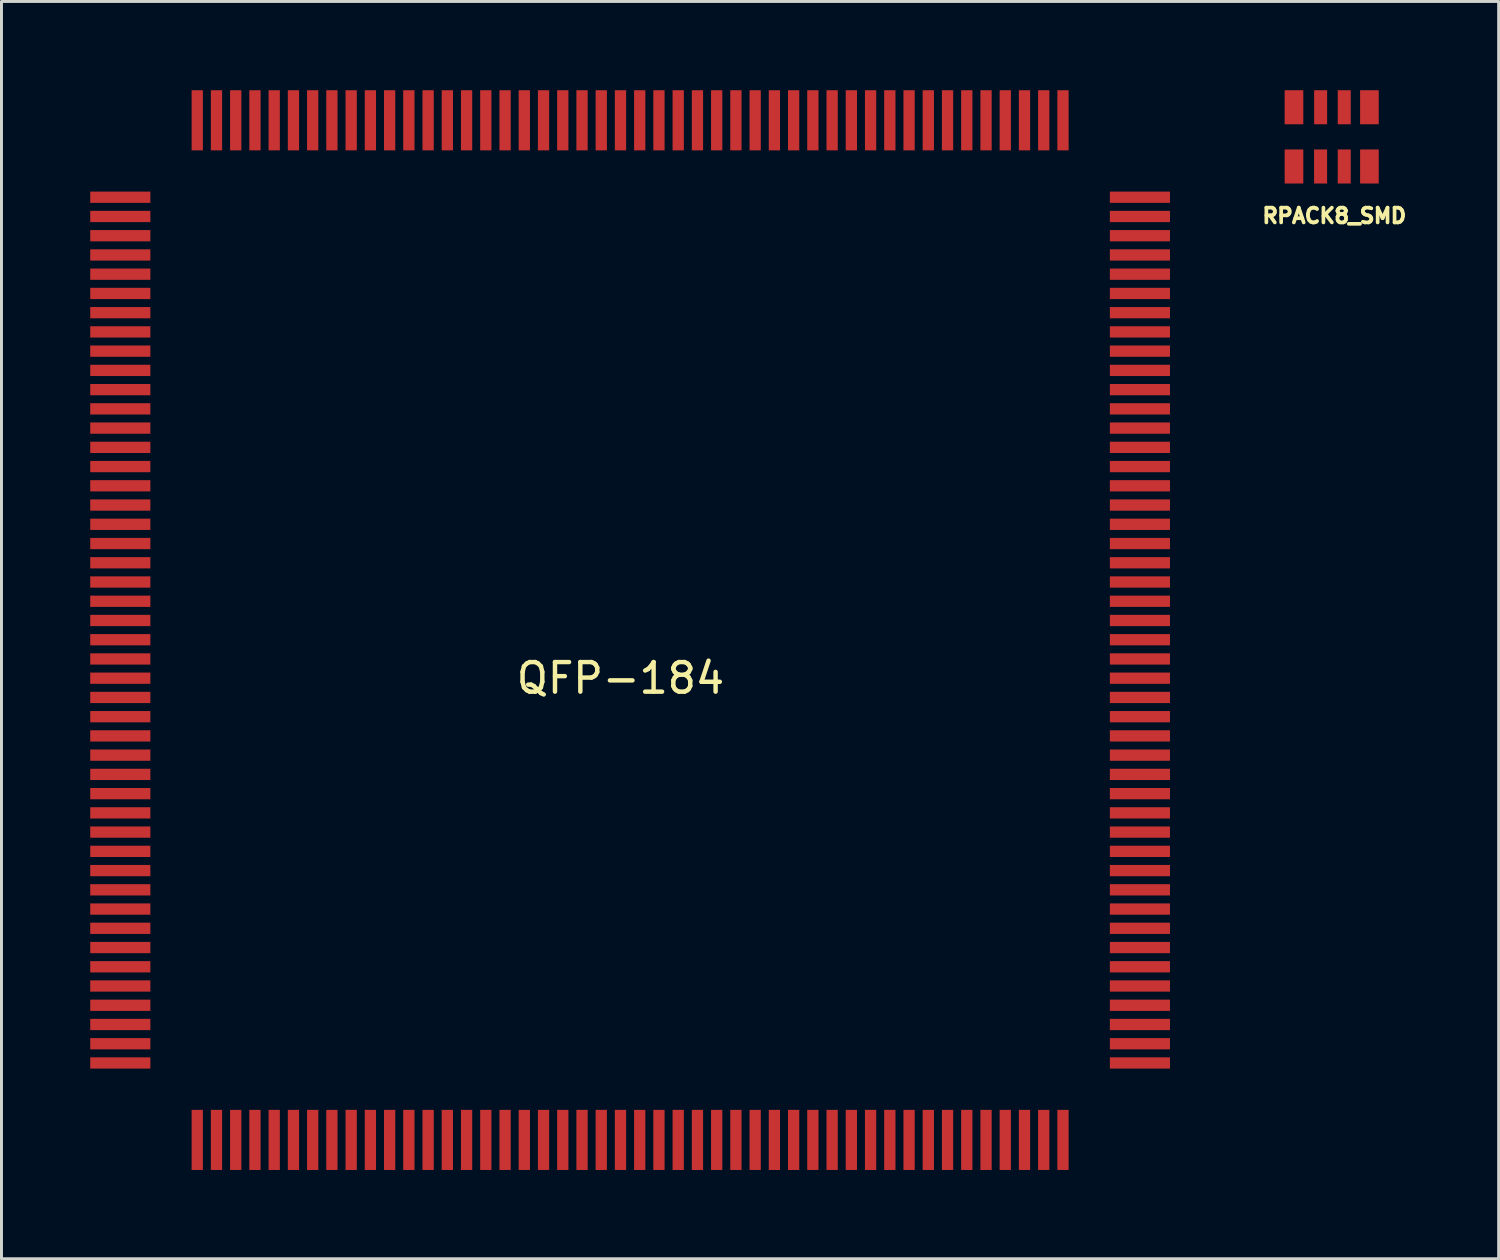
<source format=kicad_pcb>
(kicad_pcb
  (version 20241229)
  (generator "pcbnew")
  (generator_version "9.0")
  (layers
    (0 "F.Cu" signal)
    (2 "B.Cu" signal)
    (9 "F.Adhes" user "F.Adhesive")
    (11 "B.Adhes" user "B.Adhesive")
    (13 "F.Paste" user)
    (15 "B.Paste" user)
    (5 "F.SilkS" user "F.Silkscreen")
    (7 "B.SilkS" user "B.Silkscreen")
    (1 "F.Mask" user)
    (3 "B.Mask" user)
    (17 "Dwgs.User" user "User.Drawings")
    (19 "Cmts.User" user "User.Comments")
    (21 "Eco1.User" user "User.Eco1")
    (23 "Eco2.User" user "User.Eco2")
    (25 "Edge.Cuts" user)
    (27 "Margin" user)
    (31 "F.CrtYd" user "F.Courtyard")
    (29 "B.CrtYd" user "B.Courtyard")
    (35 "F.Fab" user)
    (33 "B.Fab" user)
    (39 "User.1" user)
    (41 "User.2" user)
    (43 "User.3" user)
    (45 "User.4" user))
  (footprint "QFP-184"
    (layer "F.Cu")
    (at 17.922 18.572)
    (property "Reference" "QFP-184" (at 0 1.3 0) (layer "F.SilkS") (effects (font (size 1 1) (thickness 0.15))))
    (attr through_hole)
    (pad "1" smd rect (at -14.305 16.906) (size 0.381 2.032) (layers "F.Cu" "F.Mask" "F.Paste"))
    (pad "2" smd rect (at -13.655 16.906) (size 0.381 2.032) (layers "F.Cu" "F.Mask" "F.Paste"))
    (pad "3" smd rect (at -13.005 16.906) (size 0.381 2.032) (layers "F.Cu" "F.Mask" "F.Paste"))
    (pad "4" smd rect (at -12.355 16.906) (size 0.381 2.032) (layers "F.Cu" "F.Mask" "F.Paste"))
    (pad "5" smd rect (at -11.704 16.906) (size 0.381 2.032) (layers "F.Cu" "F.Mask" "F.Paste"))
    (pad "6" smd rect (at -11.054 16.906) (size 0.381 2.032) (layers "F.Cu" "F.Mask" "F.Paste"))
    (pad "7" smd rect (at -10.404 16.906) (size 0.381 2.032) (layers "F.Cu" "F.Mask" "F.Paste"))
    (pad "8" smd rect (at -9.754 16.906) (size 0.381 2.032) (layers "F.Cu" "F.Mask" "F.Paste"))
    (pad "9" smd rect (at -9.103 16.906) (size 0.381 2.032) (layers "F.Cu" "F.Mask" "F.Paste"))
    (pad "10" smd rect (at -8.453 16.906) (size 0.381 2.032) (layers "F.Cu" "F.Mask" "F.Paste"))
    (pad "11" smd rect (at -7.803 16.906) (size 0.381 2.032) (layers "F.Cu" "F.Mask" "F.Paste"))
    (pad "12" smd rect (at -7.153 16.906) (size 0.381 2.032) (layers "F.Cu" "F.Mask" "F.Paste"))
    (pad "13" smd rect (at -6.502 16.906) (size 0.381 2.032) (layers "F.Cu" "F.Mask" "F.Paste"))
    (pad "14" smd rect (at -5.852 16.906) (size 0.381 2.032) (layers "F.Cu" "F.Mask" "F.Paste"))
    (pad "15" smd rect (at -5.202 16.906) (size 0.381 2.032) (layers "F.Cu" "F.Mask" "F.Paste"))
    (pad "16" smd rect (at -4.552 16.906) (size 0.381 2.032) (layers "F.Cu" "F.Mask" "F.Paste"))
    (pad "17" smd rect (at -3.901 16.906) (size 0.381 2.032) (layers "F.Cu" "F.Mask" "F.Paste"))
    (pad "18" smd rect (at -3.251 16.906) (size 0.381 2.032) (layers "F.Cu" "F.Mask" "F.Paste"))
    (pad "19" smd rect (at -2.601 16.906) (size 0.381 2.032) (layers "F.Cu" "F.Mask" "F.Paste"))
    (pad "20" smd rect (at -1.951 16.906) (size 0.381 2.032) (layers "F.Cu" "F.Mask" "F.Paste"))
    (pad "21" smd rect (at -1.3 16.906) (size 0.381 2.032) (layers "F.Cu" "F.Mask" "F.Paste"))
    (pad "22" smd rect (at -0.65 16.906) (size 0.381 2.032) (layers "F.Cu" "F.Mask" "F.Paste"))
    (pad "23" smd rect (at 0 16.906) (size 0.381 2.032) (layers "F.Cu" "F.Mask" "F.Paste"))
    (pad "24" smd rect (at 0.65 16.906) (size 0.381 2.032) (layers "F.Cu" "F.Mask" "F.Paste"))
    (pad "25" smd rect (at 1.3 16.906) (size 0.381 2.032) (layers "F.Cu" "F.Mask" "F.Paste"))
    (pad "26" smd rect (at 1.951 16.906) (size 0.381 2.032) (layers "F.Cu" "F.Mask" "F.Paste"))
    (pad "27" smd rect (at 2.601 16.906) (size 0.381 2.032) (layers "F.Cu" "F.Mask" "F.Paste"))
    (pad "28" smd rect (at 3.251 16.906) (size 0.381 2.032) (layers "F.Cu" "F.Mask" "F.Paste"))
    (pad "29" smd rect (at 3.901 16.906) (size 0.381 2.032) (layers "F.Cu" "F.Mask" "F.Paste"))
    (pad "30" smd rect (at 4.552 16.906) (size 0.381 2.032) (layers "F.Cu" "F.Mask" "F.Paste"))
    (pad "31" smd rect (at 5.202 16.906) (size 0.381 2.032) (layers "F.Cu" "F.Mask" "F.Paste"))
    (pad "32" smd rect (at 5.852 16.906) (size 0.381 2.032) (layers "F.Cu" "F.Mask" "F.Paste"))
    (pad "33" smd rect (at 6.502 16.906) (size 0.381 2.032) (layers "F.Cu" "F.Mask" "F.Paste"))
    (pad "34" smd rect (at 7.153 16.906) (size 0.381 2.032) (layers "F.Cu" "F.Mask" "F.Paste"))
    (pad "35" smd rect (at 7.803 16.906) (size 0.381 2.032) (layers "F.Cu" "F.Mask" "F.Paste"))
    (pad "36" smd rect (at 8.453 16.906) (size 0.381 2.032) (layers "F.Cu" "F.Mask" "F.Paste"))
    (pad "37" smd rect (at 9.103 16.906) (size 0.381 2.032) (layers "F.Cu" "F.Mask" "F.Paste"))
    (pad "38" smd rect (at 9.754 16.906) (size 0.381 2.032) (layers "F.Cu" "F.Mask" "F.Paste"))
    (pad "39" smd rect (at 10.404 16.906) (size 0.381 2.032) (layers "F.Cu" "F.Mask" "F.Paste"))
    (pad "40" smd rect (at 11.054 16.906) (size 0.381 2.032) (layers "F.Cu" "F.Mask" "F.Paste"))
    (pad "41" smd rect (at 11.704 16.906) (size 0.381 2.032) (layers "F.Cu" "F.Mask" "F.Paste"))
    (pad "42" smd rect (at 12.355 16.906) (size 0.381 2.032) (layers "F.Cu" "F.Mask" "F.Paste"))
    (pad "43" smd rect (at 13.005 16.906) (size 0.381 2.032) (layers "F.Cu" "F.Mask" "F.Paste"))
    (pad "44" smd rect (at 13.655 16.906) (size 0.381 2.032) (layers "F.Cu" "F.Mask" "F.Paste"))
    (pad "45" smd rect (at 14.305 16.906) (size 0.381 2.032) (layers "F.Cu" "F.Mask" "F.Paste"))
    (pad "46" smd rect (at 14.956 16.906) (size 0.381 2.032) (layers "F.Cu" "F.Mask" "F.Paste"))
    (pad "47" smd rect (at 17.556 14.305 90) (size 0.381 2.032) (layers "F.Cu" "F.Mask" "F.Paste"))
    (pad "48" smd rect (at 17.556 13.655 90) (size 0.381 2.032) (layers "F.Cu" "F.Mask" "F.Paste"))
    (pad "49" smd rect (at 17.556 13.005 90) (size 0.381 2.032) (layers "F.Cu" "F.Mask" "F.Paste"))
    (pad "50" smd rect (at 17.556 12.355 90) (size 0.381 2.032) (layers "F.Cu" "F.Mask" "F.Paste"))
    (pad "51" smd rect (at 17.556 11.704 90) (size 0.381 2.032) (layers "F.Cu" "F.Mask" "F.Paste"))
    (pad "52" smd rect (at 17.556 11.054 90) (size 0.381 2.032) (layers "F.Cu" "F.Mask" "F.Paste"))
    (pad "53" smd rect (at 17.556 10.404 90) (size 0.381 2.032) (layers "F.Cu" "F.Mask" "F.Paste"))
    (pad "54" smd rect (at 17.556 9.754 90) (size 0.381 2.032) (layers "F.Cu" "F.Mask" "F.Paste"))
    (pad "55" smd rect (at 17.556 9.103 90) (size 0.381 2.032) (layers "F.Cu" "F.Mask" "F.Paste"))
    (pad "56" smd rect (at 17.556 8.453 90) (size 0.381 2.032) (layers "F.Cu" "F.Mask" "F.Paste"))
    (pad "57" smd rect (at 17.556 7.803 90) (size 0.381 2.032) (layers "F.Cu" "F.Mask" "F.Paste"))
    (pad "58" smd rect (at 17.556 7.153 90) (size 0.381 2.032) (layers "F.Cu" "F.Mask" "F.Paste"))
    (pad "59" smd rect (at 17.556 6.502 90) (size 0.381 2.032) (layers "F.Cu" "F.Mask" "F.Paste"))
    (pad "60" smd rect (at 17.556 5.852 90) (size 0.381 2.032) (layers "F.Cu" "F.Mask" "F.Paste"))
    (pad "61" smd rect (at 17.556 5.202 90) (size 0.381 2.032) (layers "F.Cu" "F.Mask" "F.Paste"))
    (pad "62" smd rect (at 17.556 4.552 90) (size 0.381 2.032) (layers "F.Cu" "F.Mask" "F.Paste"))
    (pad "63" smd rect (at 17.556 3.901 90) (size 0.381 2.032) (layers "F.Cu" "F.Mask" "F.Paste"))
    (pad "64" smd rect (at 17.556 3.251 90) (size 0.381 2.032) (layers "F.Cu" "F.Mask" "F.Paste"))
    (pad "65" smd rect (at 17.556 2.601 90) (size 0.381 2.032) (layers "F.Cu" "F.Mask" "F.Paste"))
    (pad "66" smd rect (at 17.556 1.951 90) (size 0.381 2.032) (layers "F.Cu" "F.Mask" "F.Paste"))
    (pad "67" smd rect (at 17.556 1.3 90) (size 0.381 2.032) (layers "F.Cu" "F.Mask" "F.Paste"))
    (pad "68" smd rect (at 17.556 0.65 90) (size 0.381 2.032) (layers "F.Cu" "F.Mask" "F.Paste"))
    (pad "69" smd rect (at 17.556 0 90) (size 0.381 2.032) (layers "F.Cu" "F.Mask" "F.Paste"))
    (pad "70" smd rect (at 17.556 -0.65 90) (size 0.381 2.032) (layers "F.Cu" "F.Mask" "F.Paste"))
    (pad "71" smd rect (at 17.556 -1.3 90) (size 0.381 2.032) (layers "F.Cu" "F.Mask" "F.Paste"))
    (pad "72" smd rect (at 17.556 -1.951 90) (size 0.381 2.032) (layers "F.Cu" "F.Mask" "F.Paste"))
    (pad "73" smd rect (at 17.556 -2.601 90) (size 0.381 2.032) (layers "F.Cu" "F.Mask" "F.Paste"))
    (pad "74" smd rect (at 17.556 -3.251 90) (size 0.381 2.032) (layers "F.Cu" "F.Mask" "F.Paste"))
    (pad "75" smd rect (at 17.556 -3.901 90) (size 0.381 2.032) (layers "F.Cu" "F.Mask" "F.Paste"))
    (pad "76" smd rect (at 17.556 -4.552 90) (size 0.381 2.032) (layers "F.Cu" "F.Mask" "F.Paste"))
    (pad "77" smd rect (at 17.556 -5.202 90) (size 0.381 2.032) (layers "F.Cu" "F.Mask" "F.Paste"))
    (pad "78" smd rect (at 17.556 -5.852 90) (size 0.381 2.032) (layers "F.Cu" "F.Mask" "F.Paste"))
    (pad "79" smd rect (at 17.556 -6.502 90) (size 0.381 2.032) (layers "F.Cu" "F.Mask" "F.Paste"))
    (pad "80" smd rect (at 17.556 -7.153 90) (size 0.381 2.032) (layers "F.Cu" "F.Mask" "F.Paste"))
    (pad "81" smd rect (at 17.556 -7.803 90) (size 0.381 2.032) (layers "F.Cu" "F.Mask" "F.Paste"))
    (pad "82" smd rect (at 17.556 -8.453 90) (size 0.381 2.032) (layers "F.Cu" "F.Mask" "F.Paste"))
    (pad "83" smd rect (at 17.556 -9.103 90) (size 0.381 2.032) (layers "F.Cu" "F.Mask" "F.Paste"))
    (pad "84" smd rect (at 17.556 -9.754 90) (size 0.381 2.032) (layers "F.Cu" "F.Mask" "F.Paste"))
    (pad "85" smd rect (at 17.556 -10.404 90) (size 0.381 2.032) (layers "F.Cu" "F.Mask" "F.Paste"))
    (pad "86" smd rect (at 17.556 -11.054 90) (size 0.381 2.032) (layers "F.Cu" "F.Mask" "F.Paste"))
    (pad "87" smd rect (at 17.556 -11.704 90) (size 0.381 2.032) (layers "F.Cu" "F.Mask" "F.Paste"))
    (pad "88" smd rect (at 17.556 -12.355 90) (size 0.381 2.032) (layers "F.Cu" "F.Mask" "F.Paste"))
    (pad "89" smd rect (at 17.556 -13.005 90) (size 0.381 2.032) (layers "F.Cu" "F.Mask" "F.Paste"))
    (pad "90" smd rect (at 17.556 -13.655 90) (size 0.381 2.032) (layers "F.Cu" "F.Mask" "F.Paste"))
    (pad "91" smd rect (at 17.556 -14.305 90) (size 0.381 2.032) (layers "F.Cu" "F.Mask" "F.Paste"))
    (pad "92" smd rect (at 17.556 -14.956 90) (size 0.381 2.032) (layers "F.Cu" "F.Mask" "F.Paste"))
    (pad "93" smd rect (at 14.956 -17.556) (size 0.381 2.032) (layers "F.Cu" "F.Mask" "F.Paste"))
    (pad "94" smd rect (at 14.305 -17.556) (size 0.381 2.032) (layers "F.Cu" "F.Mask" "F.Paste"))
    (pad "95" smd rect (at 13.655 -17.556) (size 0.381 2.032) (layers "F.Cu" "F.Mask" "F.Paste"))
    (pad "96" smd rect (at 13.005 -17.556) (size 0.381 2.032) (layers "F.Cu" "F.Mask" "F.Paste"))
    (pad "97" smd rect (at 12.355 -17.556) (size 0.381 2.032) (layers "F.Cu" "F.Mask" "F.Paste"))
    (pad "98" smd rect (at 11.704 -17.556) (size 0.381 2.032) (layers "F.Cu" "F.Mask" "F.Paste"))
    (pad "99" smd rect (at 11.054 -17.556) (size 0.381 2.032) (layers "F.Cu" "F.Mask" "F.Paste"))
    (pad "100" smd rect (at 10.404 -17.556) (size 0.381 2.032) (layers "F.Cu" "F.Mask" "F.Paste"))
    (pad "101" smd rect (at 9.754 -17.556) (size 0.381 2.032) (layers "F.Cu" "F.Mask" "F.Paste"))
    (pad "102" smd rect (at 9.103 -17.556) (size 0.381 2.032) (layers "F.Cu" "F.Mask" "F.Paste"))
    (pad "103" smd rect (at 8.453 -17.556) (size 0.381 2.032) (layers "F.Cu" "F.Mask" "F.Paste"))
    (pad "104" smd rect (at 7.803 -17.556) (size 0.381 2.032) (layers "F.Cu" "F.Mask" "F.Paste"))
    (pad "105" smd rect (at 7.153 -17.556) (size 0.381 2.032) (layers "F.Cu" "F.Mask" "F.Paste"))
    (pad "106" smd rect (at 6.502 -17.556) (size 0.381 2.032) (layers "F.Cu" "F.Mask" "F.Paste"))
    (pad "107" smd rect (at 5.852 -17.556) (size 0.381 2.032) (layers "F.Cu" "F.Mask" "F.Paste"))
    (pad "108" smd rect (at 5.202 -17.556) (size 0.381 2.032) (layers "F.Cu" "F.Mask" "F.Paste"))
    (pad "109" smd rect (at 4.552 -17.556) (size 0.381 2.032) (layers "F.Cu" "F.Mask" "F.Paste"))
    (pad "110" smd rect (at 3.901 -17.556) (size 0.381 2.032) (layers "F.Cu" "F.Mask" "F.Paste"))
    (pad "111" smd rect (at 3.251 -17.556) (size 0.381 2.032) (layers "F.Cu" "F.Mask" "F.Paste"))
    (pad "112" smd rect (at 2.601 -17.556) (size 0.381 2.032) (layers "F.Cu" "F.Mask" "F.Paste"))
    (pad "113" smd rect (at 1.951 -17.556) (size 0.381 2.032) (layers "F.Cu" "F.Mask" "F.Paste"))
    (pad "114" smd rect (at 1.3 -17.556) (size 0.381 2.032) (layers "F.Cu" "F.Mask" "F.Paste"))
    (pad "115" smd rect (at 0.65 -17.556) (size 0.381 2.032) (layers "F.Cu" "F.Mask" "F.Paste"))
    (pad "116" smd rect (at 0 -17.556) (size 0.381 2.032) (layers "F.Cu" "F.Mask" "F.Paste"))
    (pad "117" smd rect (at -0.65 -17.556) (size 0.381 2.032) (layers "F.Cu" "F.Mask" "F.Paste"))
    (pad "118" smd rect (at -1.3 -17.556) (size 0.381 2.032) (layers "F.Cu" "F.Mask" "F.Paste"))
    (pad "119" smd rect (at -1.951 -17.556) (size 0.381 2.032) (layers "F.Cu" "F.Mask" "F.Paste"))
    (pad "120" smd rect (at -2.601 -17.556) (size 0.381 2.032) (layers "F.Cu" "F.Mask" "F.Paste"))
    (pad "121" smd rect (at -3.251 -17.556) (size 0.381 2.032) (layers "F.Cu" "F.Mask" "F.Paste"))
    (pad "122" smd rect (at -3.901 -17.556) (size 0.381 2.032) (layers "F.Cu" "F.Mask" "F.Paste"))
    (pad "123" smd rect (at -4.552 -17.556) (size 0.381 2.032) (layers "F.Cu" "F.Mask" "F.Paste"))
    (pad "124" smd rect (at -5.202 -17.556) (size 0.381 2.032) (layers "F.Cu" "F.Mask" "F.Paste"))
    (pad "125" smd rect (at -5.852 -17.556) (size 0.381 2.032) (layers "F.Cu" "F.Mask" "F.Paste"))
    (pad "126" smd rect (at -6.502 -17.556) (size 0.381 2.032) (layers "F.Cu" "F.Mask" "F.Paste"))
    (pad "127" smd rect (at -7.153 -17.556) (size 0.381 2.032) (layers "F.Cu" "F.Mask" "F.Paste"))
    (pad "128" smd rect (at -7.803 -17.556) (size 0.381 2.032) (layers "F.Cu" "F.Mask" "F.Paste"))
    (pad "129" smd rect (at -8.453 -17.556) (size 0.381 2.032) (layers "F.Cu" "F.Mask" "F.Paste"))
    (pad "130" smd rect (at -9.103 -17.556) (size 0.381 2.032) (layers "F.Cu" "F.Mask" "F.Paste"))
    (pad "131" smd rect (at -9.754 -17.556) (size 0.381 2.032) (layers "F.Cu" "F.Mask" "F.Paste"))
    (pad "132" smd rect (at -10.404 -17.556) (size 0.381 2.032) (layers "F.Cu" "F.Mask" "F.Paste"))
    (pad "133" smd rect (at -11.054 -17.556) (size 0.381 2.032) (layers "F.Cu" "F.Mask" "F.Paste"))
    (pad "134" smd rect (at -11.704 -17.556) (size 0.381 2.032) (layers "F.Cu" "F.Mask" "F.Paste"))
    (pad "135" smd rect (at -12.355 -17.556) (size 0.381 2.032) (layers "F.Cu" "F.Mask" "F.Paste"))
    (pad "136" smd rect (at -13.005 -17.556) (size 0.381 2.032) (layers "F.Cu" "F.Mask" "F.Paste"))
    (pad "137" smd rect (at -13.655 -17.556) (size 0.381 2.032) (layers "F.Cu" "F.Mask" "F.Paste"))
    (pad "138" smd rect (at -14.305 -17.556) (size 0.381 2.032) (layers "F.Cu" "F.Mask" "F.Paste"))
    (pad "139" smd rect (at -16.906 -14.956 90) (size 0.381 2.032) (layers "F.Cu" "F.Mask" "F.Paste"))
    (pad "140" smd rect (at -16.906 -14.305 90) (size 0.381 2.032) (layers "F.Cu" "F.Mask" "F.Paste"))
    (pad "141" smd rect (at -16.906 -13.655 90) (size 0.381 2.032) (layers "F.Cu" "F.Mask" "F.Paste"))
    (pad "142" smd rect (at -16.906 -13.005 90) (size 0.381 2.032) (layers "F.Cu" "F.Mask" "F.Paste"))
    (pad "143" smd rect (at -16.906 -12.355 90) (size 0.381 2.032) (layers "F.Cu" "F.Mask" "F.Paste"))
    (pad "144" smd rect (at -16.906 -11.704 90) (size 0.381 2.032) (layers "F.Cu" "F.Mask" "F.Paste"))
    (pad "145" smd rect (at -16.906 -11.054 90) (size 0.381 2.032) (layers "F.Cu" "F.Mask" "F.Paste"))
    (pad "146" smd rect (at -16.906 -10.404 90) (size 0.381 2.032) (layers "F.Cu" "F.Mask" "F.Paste"))
    (pad "147" smd rect (at -16.906 -9.754 90) (size 0.381 2.032) (layers "F.Cu" "F.Mask" "F.Paste"))
    (pad "148" smd rect (at -16.906 -9.103 90) (size 0.381 2.032) (layers "F.Cu" "F.Mask" "F.Paste"))
    (pad "149" smd rect (at -16.906 -8.453 90) (size 0.381 2.032) (layers "F.Cu" "F.Mask" "F.Paste"))
    (pad "150" smd rect (at -16.906 -7.803 90) (size 0.381 2.032) (layers "F.Cu" "F.Mask" "F.Paste"))
    (pad "151" smd rect (at -16.906 -7.153 90) (size 0.381 2.032) (layers "F.Cu" "F.Mask" "F.Paste"))
    (pad "152" smd rect (at -16.906 -6.502 90) (size 0.381 2.032) (layers "F.Cu" "F.Mask" "F.Paste"))
    (pad "153" smd rect (at -16.906 -5.852 90) (size 0.381 2.032) (layers "F.Cu" "F.Mask" "F.Paste"))
    (pad "154" smd rect (at -16.906 -5.202 90) (size 0.381 2.032) (layers "F.Cu" "F.Mask" "F.Paste"))
    (pad "155" smd rect (at -16.906 -4.552 90) (size 0.381 2.032) (layers "F.Cu" "F.Mask" "F.Paste"))
    (pad "156" smd rect (at -16.906 -3.901 90) (size 0.381 2.032) (layers "F.Cu" "F.Mask" "F.Paste"))
    (pad "157" smd rect (at -16.906 -3.251 90) (size 0.381 2.032) (layers "F.Cu" "F.Mask" "F.Paste"))
    (pad "158" smd rect (at -16.906 -2.601 90) (size 0.381 2.032) (layers "F.Cu" "F.Mask" "F.Paste"))
    (pad "159" smd rect (at -16.906 -1.951 90) (size 0.381 2.032) (layers "F.Cu" "F.Mask" "F.Paste"))
    (pad "160" smd rect (at -16.906 -1.3 90) (size 0.381 2.032) (layers "F.Cu" "F.Mask" "F.Paste"))
    (pad "161" smd rect (at -16.906 -0.65 90) (size 0.381 2.032) (layers "F.Cu" "F.Mask" "F.Paste"))
    (pad "162" smd rect (at -16.906 0 90) (size 0.381 2.032) (layers "F.Cu" "F.Mask" "F.Paste"))
    (pad "163" smd rect (at -16.906 0.65 90) (size 0.381 2.032) (layers "F.Cu" "F.Mask" "F.Paste"))
    (pad "164" smd rect (at -16.906 1.3 90) (size 0.381 2.032) (layers "F.Cu" "F.Mask" "F.Paste"))
    (pad "165" smd rect (at -16.906 1.951 90) (size 0.381 2.032) (layers "F.Cu" "F.Mask" "F.Paste"))
    (pad "166" smd rect (at -16.906 2.601 90) (size 0.381 2.032) (layers "F.Cu" "F.Mask" "F.Paste"))
    (pad "167" smd rect (at -16.906 3.251 90) (size 0.381 2.032) (layers "F.Cu" "F.Mask" "F.Paste"))
    (pad "168" smd rect (at -16.906 3.901 90) (size 0.381 2.032) (layers "F.Cu" "F.Mask" "F.Paste"))
    (pad "169" smd rect (at -16.906 4.552 90) (size 0.381 2.032) (layers "F.Cu" "F.Mask" "F.Paste"))
    (pad "170" smd rect (at -16.906 5.202 90) (size 0.381 2.032) (layers "F.Cu" "F.Mask" "F.Paste"))
    (pad "171" smd rect (at -16.906 5.852 90) (size 0.381 2.032) (layers "F.Cu" "F.Mask" "F.Paste"))
    (pad "172" smd rect (at -16.906 6.502 90) (size 0.381 2.032) (layers "F.Cu" "F.Mask" "F.Paste"))
    (pad "173" smd rect (at -16.906 7.153 90) (size 0.381 2.032) (layers "F.Cu" "F.Mask" "F.Paste"))
    (pad "174" smd rect (at -16.906 7.803 90) (size 0.381 2.032) (layers "F.Cu" "F.Mask" "F.Paste"))
    (pad "175" smd rect (at -16.906 8.453 90) (size 0.381 2.032) (layers "F.Cu" "F.Mask" "F.Paste"))
    (pad "176" smd rect (at -16.906 9.103 90) (size 0.381 2.032) (layers "F.Cu" "F.Mask" "F.Paste"))
    (pad "177" smd rect (at -16.906 9.754 90) (size 0.381 2.032) (layers "F.Cu" "F.Mask" "F.Paste"))
    (pad "178" smd rect (at -16.906 10.404 90) (size 0.381 2.032) (layers "F.Cu" "F.Mask" "F.Paste"))
    (pad "179" smd rect (at -16.906 11.054 90) (size 0.381 2.032) (layers "F.Cu" "F.Mask" "F.Paste"))
    (pad "180" smd rect (at -16.906 11.704 90) (size 0.381 2.032) (layers "F.Cu" "F.Mask" "F.Paste"))
    (pad "181" smd rect (at -16.906 12.355 90) (size 0.381 2.032) (layers "F.Cu" "F.Mask" "F.Paste"))
    (pad "182" smd rect (at -16.906 13.005 90) (size 0.381 2.032) (layers "F.Cu" "F.Mask" "F.Paste"))
    (pad "183" smd rect (at -16.906 13.655 90) (size 0.381 2.032) (layers "F.Cu" "F.Mask" "F.Paste"))
    (pad "184" smd rect (at -16.906 14.305 90) (size 0.381 2.032) (layers "F.Cu" "F.Mask" "F.Paste")))
  (footprint "RPACK8_SMD"
    (layer "F.Cu")
    (at 41.985 1.576)
    (property "Reference" "RPACK8_SMD" (at 0.064 2.667 0) (layer "F.SilkS") (effects (font (size 0.5 0.5) (thickness 0.125))))
    (attr through_hole)
    (pad "1" smd rect (at 1.25 -1.001) (size 0.63 1.151) (layers "F.Cu" "F.Mask" "F.Paste"))
    (pad "2" smd rect (at 0.399 -1.001) (size 0.439 1.151) (layers "F.Cu" "F.Mask" "F.Paste"))
    (pad "3" smd rect (at -0.399 -1.001) (size 0.439 1.151) (layers "F.Cu" "F.Mask" "F.Paste"))
    (pad "4" smd rect (at -1.3 -1.001) (size 0.63 1.151) (layers "F.Cu" "F.Mask" "F.Paste"))
    (pad "5" smd rect (at -1.3 1.001) (size 0.63 1.151) (layers "F.Cu" "F.Mask" "F.Paste"))
    (pad "6" smd rect (at -0.401 1.001) (size 0.439 1.151) (layers "F.Cu" "F.Mask" "F.Paste"))
    (pad "7" smd rect (at 0.399 1.001) (size 0.439 1.151) (layers "F.Cu" "F.Mask" "F.Paste"))
    (pad "8" smd rect (at 1.25 1.001) (size 0.63 1.151) (layers "F.Cu" "F.Mask" "F.Paste")))
  (gr_rect
    (start -3 -3)
    (end 47.603 39.495)
    (stroke (width 0.1) (type default))
    (fill no)
    (layer "Edge.Cuts")))
</source>
